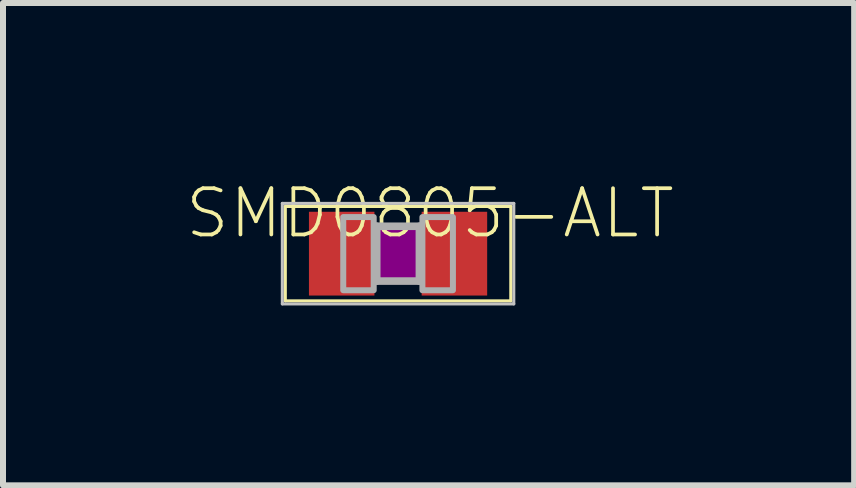
<source format=kicad_pcb>
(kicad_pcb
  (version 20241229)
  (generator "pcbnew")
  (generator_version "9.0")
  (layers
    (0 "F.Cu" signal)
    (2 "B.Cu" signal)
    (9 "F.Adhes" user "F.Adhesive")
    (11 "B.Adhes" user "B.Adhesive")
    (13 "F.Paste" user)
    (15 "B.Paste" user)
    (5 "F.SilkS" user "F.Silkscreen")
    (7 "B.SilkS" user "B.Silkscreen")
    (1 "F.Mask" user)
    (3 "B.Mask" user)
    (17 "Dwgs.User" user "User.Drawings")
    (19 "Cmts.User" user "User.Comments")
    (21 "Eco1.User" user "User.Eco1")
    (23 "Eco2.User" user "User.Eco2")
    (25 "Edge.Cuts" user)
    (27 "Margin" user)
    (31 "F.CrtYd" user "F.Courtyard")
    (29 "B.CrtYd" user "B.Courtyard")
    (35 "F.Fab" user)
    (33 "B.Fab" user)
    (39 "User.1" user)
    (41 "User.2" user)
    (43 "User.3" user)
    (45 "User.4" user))
  (footprint "SMD0805-ALT"
    (layer "F.Cu")
    (at 3.588 1.18)
    (property "Reference" "SMD0805-ALT" (at -3.588 -0.222 0) (layer "F.SilkS") (effects (font (size 0.772 0.772) (thickness 0.062)) (justify left bottom)))
    (attr through_hole)
    (fp_line (start -1.88 -0.787) (end 1.88 -0.787) (stroke (width 0.051) (type solid)) (layer "F.SilkS"))
    (fp_line (start -1.88 0.787) (end -1.88 -0.787) (stroke (width 0.051) (type solid)) (layer "F.SilkS"))
    (fp_line (start 1.88 -0.787) (end 1.88 0.787) (stroke (width 0.051) (type solid)) (layer "F.SilkS"))
    (fp_line (start 1.88 0.787) (end -1.88 0.787) (stroke (width 0.051) (type solid)) (layer "F.SilkS"))
    (fp_poly (pts (xy -0.381 0.508) (xy 0.381 0.508) (xy 0.381 -0.508) (xy -0.381 -0.508)) (stroke (width 0) (type solid)) (fill yes) (layer "F.Adhes"))
    (fp_line (start -1.93 -0.838) (end 1.93 -0.838) (stroke (width 0.051) (type solid)) (layer "Dwgs.User"))
    (fp_line (start -1.93 0.838) (end -1.93 -0.838) (stroke (width 0.051) (type solid)) (layer "Dwgs.User"))
    (fp_line (start 1.93 -0.838) (end 1.93 0.838) (stroke (width 0.051) (type solid)) (layer "Dwgs.User"))
    (fp_line (start 1.93 0.838) (end -1.93 0.838) (stroke (width 0.051) (type solid)) (layer "Dwgs.User"))
    (fp_line (start -0.356 -0.457) (end -0.356 0.457) (stroke (width 0.127) (type solid)) (layer "F.Fab"))
    (fp_line (start -0.356 -0.457) (end 0.356 -0.457) (stroke (width 0.127) (type solid)) (layer "F.Fab"))
    (fp_line (start 0.356 -0.457) (end 0.356 0.457) (stroke (width 0.127) (type solid)) (layer "F.Fab"))
    (fp_line (start 0.356 0.457) (end -0.356 0.457) (stroke (width 0.127) (type solid)) (layer "F.Fab"))
    (fp_poly (pts (xy -0.914 0.61) (xy -0.406 0.61) (xy -0.406 -0.61) (xy -0.914 -0.61)) (stroke (width 0.1) (type solid)) (fill no) (layer "F.Fab"))
    (fp_poly (pts (xy 0.406 0.61) (xy 0.915 0.61) (xy 0.915 -0.61) (xy 0.406 -0.61)) (stroke (width 0.1) (type solid)) (fill no) (layer "F.Fab"))
    (pad "1" smd rect (at -0.94 0) (size 1.092 1.397) (layers "F.Cu" "F.Mask" "F.Paste"))
    (pad "2" smd rect (at 0.94 0) (size 1.092 1.397) (layers "F.Cu" "F.Mask" "F.Paste")))
  (gr_rect
    (start -3 -3)
    (end 11.194 5.043)
    (stroke (width 0.1) (type default))
    (fill no)
    (layer "Edge.Cuts")))
</source>
